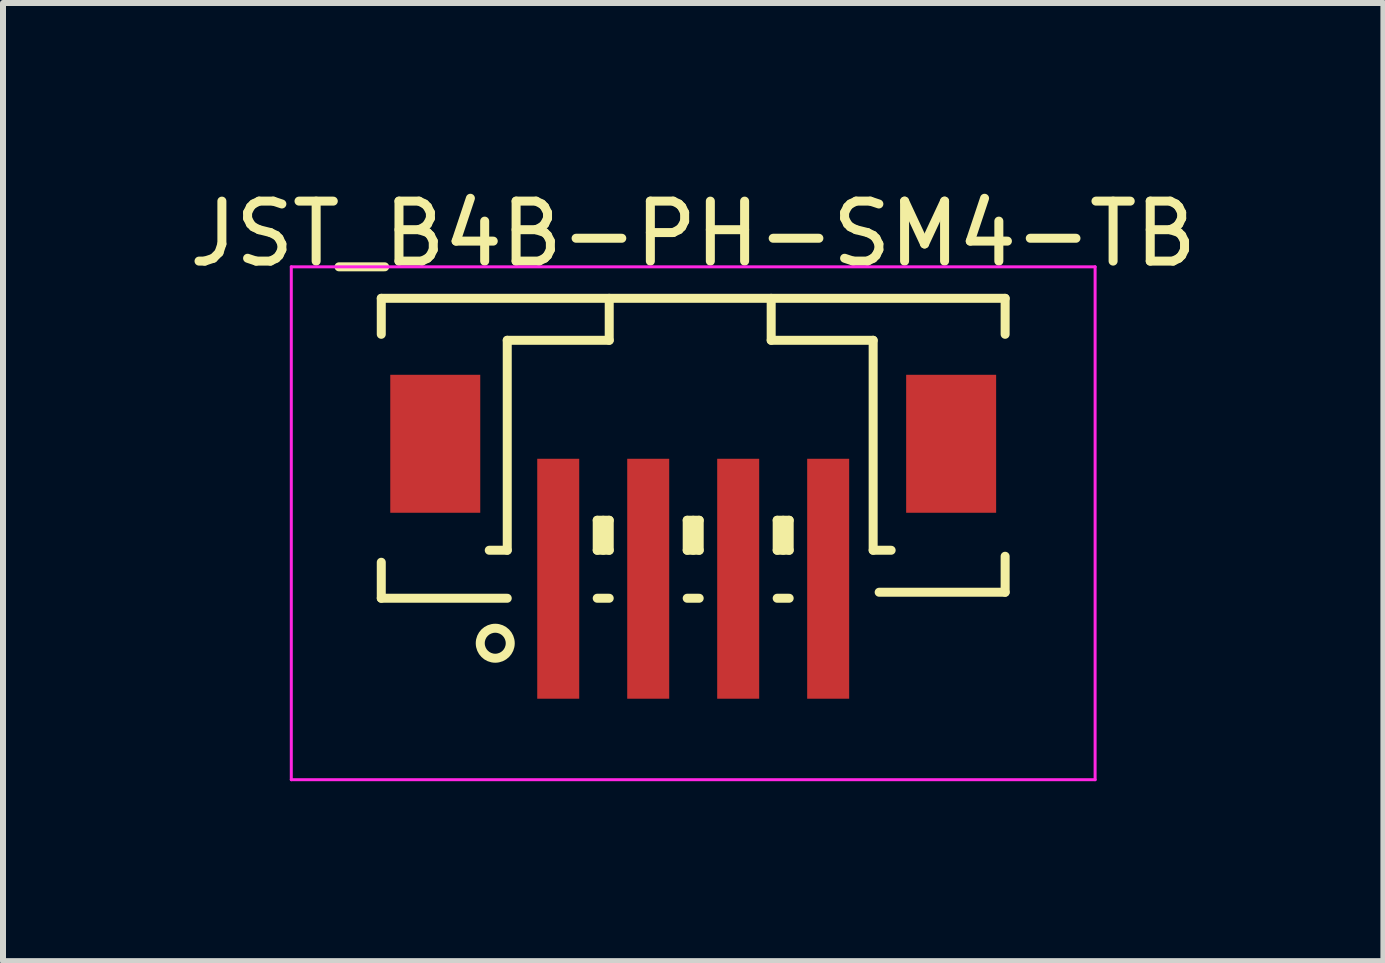
<source format=kicad_pcb>
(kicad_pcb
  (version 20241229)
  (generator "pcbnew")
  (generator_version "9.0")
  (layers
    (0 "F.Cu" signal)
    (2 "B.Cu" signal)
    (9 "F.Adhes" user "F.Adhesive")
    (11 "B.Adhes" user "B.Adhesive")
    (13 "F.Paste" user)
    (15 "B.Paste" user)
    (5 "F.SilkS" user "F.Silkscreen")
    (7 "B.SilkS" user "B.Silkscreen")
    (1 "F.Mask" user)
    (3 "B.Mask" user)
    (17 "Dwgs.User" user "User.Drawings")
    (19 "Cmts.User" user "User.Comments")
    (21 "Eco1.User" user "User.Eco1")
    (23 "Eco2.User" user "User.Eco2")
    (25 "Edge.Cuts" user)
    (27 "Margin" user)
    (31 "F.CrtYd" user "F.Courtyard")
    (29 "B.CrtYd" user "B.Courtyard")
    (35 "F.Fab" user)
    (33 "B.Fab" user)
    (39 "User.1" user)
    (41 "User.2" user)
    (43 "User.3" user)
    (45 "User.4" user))
  (footprint "JST_B4B-PH-SM4-TB"
    (layer "F.Cu")
    (at 8.506 4.348)
    (property "Reference" "JST_B4B-PH-SM4-TB" (at 0 -3.5 0) (layer "F.SilkS") (effects (font (size 1 1) (thickness 0.15))))
    (attr smd)
    (fp_line (start -5.2 -1.825) (end -5.2 -2.425) (stroke (width 0.15) (type solid)) (layer "F.SilkS"))
    (fp_line (start -5.2 1.975) (end -5.2 2.575) (stroke (width 0.15) (type solid)) (layer "F.SilkS"))
    (fp_line (start -5.2 2.575) (end -3.1 2.575) (stroke (width 0.15) (type solid)) (layer "F.SilkS"))
    (fp_line (start -3.4 1.775) (end -3.1 1.775) (stroke (width 0.15) (type solid)) (layer "F.SilkS"))
    (fp_line (start -3.1 -1.725) (end -3.1 1.775) (stroke (width 0.15) (type solid)) (layer "F.SilkS"))
    (fp_line (start -1.6 1.275) (end -1.4 1.275) (stroke (width 0.15) (type solid)) (layer "F.SilkS"))
    (fp_line (start -1.6 1.775) (end -1.6 1.275) (stroke (width 0.15) (type solid)) (layer "F.SilkS"))
    (fp_line (start -1.6 1.775) (end -1.4 1.775) (stroke (width 0.15) (type solid)) (layer "F.SilkS"))
    (fp_line (start -1.6 2.575) (end -1.4 2.575) (stroke (width 0.15) (type solid)) (layer "F.SilkS"))
    (fp_line (start -1.5 1.775) (end -1.5 1.275) (stroke (width 0.15) (type solid)) (layer "F.SilkS"))
    (fp_line (start -1.4 -2.425) (end -1.4 -1.725) (stroke (width 0.15) (type solid)) (layer "F.SilkS"))
    (fp_line (start -1.4 -1.725) (end -3.1 -1.725) (stroke (width 0.15) (type solid)) (layer "F.SilkS"))
    (fp_line (start -1.4 1.275) (end -1.4 1.775) (stroke (width 0.15) (type solid)) (layer "F.SilkS"))
    (fp_line (start -0.1 1.275) (end 0.1 1.275) (stroke (width 0.15) (type solid)) (layer "F.SilkS"))
    (fp_line (start -0.1 1.775) (end -0.1 1.275) (stroke (width 0.15) (type solid)) (layer "F.SilkS"))
    (fp_line (start -0.1 1.775) (end 0.1 1.775) (stroke (width 0.15) (type solid)) (layer "F.SilkS"))
    (fp_line (start -0.1 2.575) (end 0.1 2.575) (stroke (width 0.15) (type solid)) (layer "F.SilkS"))
    (fp_line (start 0 1.775) (end 0 1.275) (stroke (width 0.15) (type solid)) (layer "F.SilkS"))
    (fp_line (start 0.1 1.275) (end 0.1 1.775) (stroke (width 0.15) (type solid)) (layer "F.SilkS"))
    (fp_line (start 1.3 -2.425) (end 1.3 -1.725) (stroke (width 0.15) (type solid)) (layer "F.SilkS"))
    (fp_line (start 1.3 -1.725) (end 3 -1.725) (stroke (width 0.15) (type solid)) (layer "F.SilkS"))
    (fp_line (start 1.4 1.275) (end 1.6 1.275) (stroke (width 0.15) (type solid)) (layer "F.SilkS"))
    (fp_line (start 1.4 1.775) (end 1.4 1.275) (stroke (width 0.15) (type solid)) (layer "F.SilkS"))
    (fp_line (start 1.4 1.775) (end 1.6 1.775) (stroke (width 0.15) (type solid)) (layer "F.SilkS"))
    (fp_line (start 1.4 2.575) (end 1.6 2.575) (stroke (width 0.15) (type solid)) (layer "F.SilkS"))
    (fp_line (start 1.5 1.775) (end 1.5 1.275) (stroke (width 0.15) (type solid)) (layer "F.SilkS"))
    (fp_line (start 1.6 1.275) (end 1.6 1.775) (stroke (width 0.15) (type solid)) (layer "F.SilkS"))
    (fp_line (start 3 -1.725) (end 3 1.775) (stroke (width 0.15) (type solid)) (layer "F.SilkS"))
    (fp_line (start 3.3 1.775) (end 3 1.775) (stroke (width 0.15) (type solid)) (layer "F.SilkS"))
    (fp_line (start 5.2 -2.425) (end -5.2 -2.425) (stroke (width 0.15) (type solid)) (layer "F.SilkS"))
    (fp_line (start 5.2 -2.425) (end 5.2 -1.825) (stroke (width 0.15) (type solid)) (layer "F.SilkS"))
    (fp_line (start 5.2 1.875) (end 5.2 2.475) (stroke (width 0.15) (type solid)) (layer "F.SilkS"))
    (fp_line (start 5.2 2.475) (end 3.1 2.475) (stroke (width 0.15) (type solid)) (layer "F.SilkS"))
    (fp_circle (center -3.3 3.325) (end -3.05 3.325) (stroke (width 0.15) (type solid)) (fill no) (layer "F.SilkS"))
    (fp_line (start -6.7 -2.95) (end 6.7 -2.95) (stroke (width 0.05) (type solid)) (layer "F.CrtYd"))
    (fp_line (start -6.7 5.6) (end -6.7 -2.95) (stroke (width 0.05) (type solid)) (layer "F.CrtYd"))
    (fp_line (start 6.7 -2.95) (end 6.7 5.6) (stroke (width 0.05) (type solid)) (layer "F.CrtYd"))
    (fp_line (start 6.7 5.6) (end -6.7 5.6) (stroke (width 0.05) (type solid)) (layer "F.CrtYd"))
    (pad "0" smd rect (at -4.3 0) (size 1.5 2.3) (layers "F.Cu" "F.Mask" "F.Paste"))
    (pad "0" smd rect (at 4.3 0) (size 1.5 2.3) (layers "F.Cu" "F.Mask" "F.Paste"))
    (pad "1" smd rect (at -2.25 2.25) (size 0.7 4) (layers "F.Cu" "F.Mask" "F.Paste"))
    (pad "2" smd rect (at -0.75 2.25) (size 0.7 4) (layers "F.Cu" "F.Mask" "F.Paste"))
    (pad "3" smd rect (at 0.75 2.25) (size 0.7 4) (layers "F.Cu" "F.Mask" "F.Paste"))
    (pad "4" smd rect (at 2.25 2.25) (size 0.7 4) (layers "F.Cu" "F.Mask" "F.Paste")))
  (gr_rect
    (start -3 -3)
    (end 20.012 12.973)
    (stroke (width 0.1) (type default))
    (fill no)
    (layer "Edge.Cuts")))
</source>
